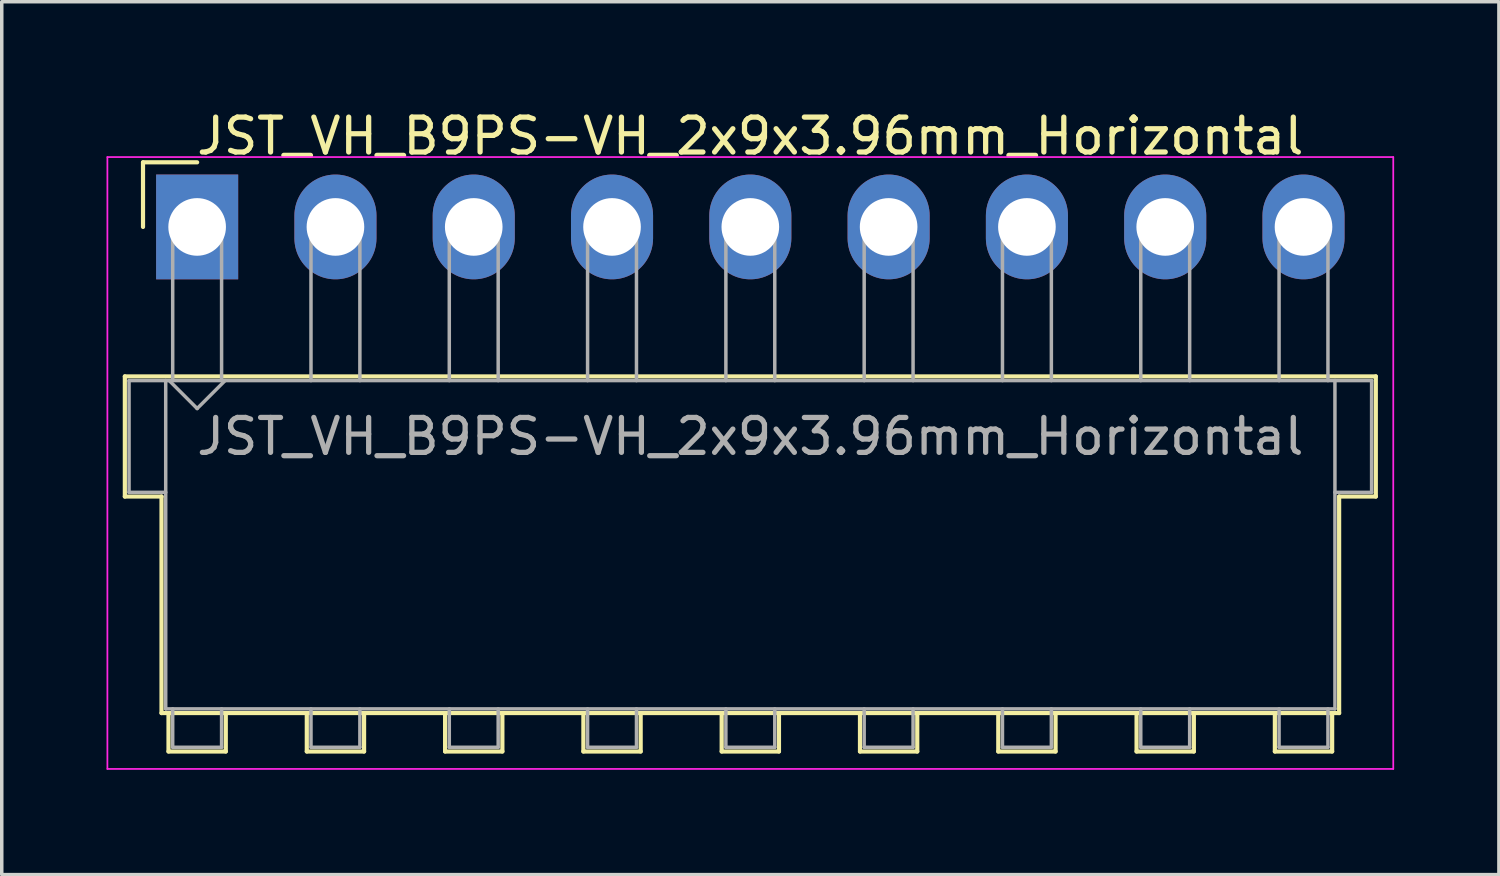
<source format=kicad_pcb>
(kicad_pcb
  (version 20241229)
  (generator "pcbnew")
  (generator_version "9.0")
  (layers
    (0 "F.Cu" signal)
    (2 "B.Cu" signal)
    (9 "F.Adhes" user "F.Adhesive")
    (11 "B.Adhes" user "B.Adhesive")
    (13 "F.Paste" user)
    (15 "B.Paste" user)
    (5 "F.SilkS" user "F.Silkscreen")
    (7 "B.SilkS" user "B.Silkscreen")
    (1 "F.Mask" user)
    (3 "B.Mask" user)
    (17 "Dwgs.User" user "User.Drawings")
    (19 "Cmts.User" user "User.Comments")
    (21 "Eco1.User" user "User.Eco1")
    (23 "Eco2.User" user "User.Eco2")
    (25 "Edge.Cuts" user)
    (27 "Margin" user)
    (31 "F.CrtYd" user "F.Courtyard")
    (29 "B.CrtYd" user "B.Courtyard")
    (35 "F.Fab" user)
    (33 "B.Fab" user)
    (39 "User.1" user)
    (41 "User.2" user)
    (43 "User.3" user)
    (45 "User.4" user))
  (footprint "JST_VH_B9PS-VH_2x9x3.96mm_Horizontal"
    (layer "F.Cu")
    (at 2.595 3.448)
    (property "Reference" "JST_VH_B9PS-VH_2x9x3.96mm_Horizontal" (at 15.84 -2.6 0) (layer "F.SilkS") (effects (font (size 1 1) (thickness 0.15))))
    (attr through_hole)
    (fp_line (start -2.07 4.28) (end 33.75 4.28) (stroke (width 0.12) (type solid)) (layer "F.SilkS"))
    (fp_line (start -2.07 7.72) (end -2.07 4.28) (stroke (width 0.12) (type solid)) (layer "F.SilkS"))
    (fp_line (start -1.55 -1.85) (end -1.55 0) (stroke (width 0.12) (type solid)) (layer "F.SilkS"))
    (fp_line (start -1.02 7.72) (end -2.07 7.72) (stroke (width 0.12) (type solid)) (layer "F.SilkS"))
    (fp_line (start -1.02 13.92) (end -1.02 7.72) (stroke (width 0.12) (type solid)) (layer "F.SilkS"))
    (fp_line (start -0.82 13.92) (end -0.82 15.02) (stroke (width 0.12) (type solid)) (layer "F.SilkS"))
    (fp_line (start -0.82 15.02) (end 0.82 15.02) (stroke (width 0.12) (type solid)) (layer "F.SilkS"))
    (fp_line (start 0 -1.85) (end -1.55 -1.85) (stroke (width 0.12) (type solid)) (layer "F.SilkS"))
    (fp_line (start 0.82 15.02) (end 0.82 13.92) (stroke (width 0.12) (type solid)) (layer "F.SilkS"))
    (fp_line (start 3.14 13.92) (end 3.14 15.02) (stroke (width 0.12) (type solid)) (layer "F.SilkS"))
    (fp_line (start 3.14 15.02) (end 4.78 15.02) (stroke (width 0.12) (type solid)) (layer "F.SilkS"))
    (fp_line (start 4.78 15.02) (end 4.78 13.92) (stroke (width 0.12) (type solid)) (layer "F.SilkS"))
    (fp_line (start 7.1 13.92) (end 7.1 15.02) (stroke (width 0.12) (type solid)) (layer "F.SilkS"))
    (fp_line (start 7.1 15.02) (end 8.74 15.02) (stroke (width 0.12) (type solid)) (layer "F.SilkS"))
    (fp_line (start 8.74 15.02) (end 8.74 13.92) (stroke (width 0.12) (type solid)) (layer "F.SilkS"))
    (fp_line (start 11.06 13.92) (end 11.06 15.02) (stroke (width 0.12) (type solid)) (layer "F.SilkS"))
    (fp_line (start 11.06 15.02) (end 12.7 15.02) (stroke (width 0.12) (type solid)) (layer "F.SilkS"))
    (fp_line (start 12.7 15.02) (end 12.7 13.92) (stroke (width 0.12) (type solid)) (layer "F.SilkS"))
    (fp_line (start 15.02 13.92) (end 15.02 15.02) (stroke (width 0.12) (type solid)) (layer "F.SilkS"))
    (fp_line (start 15.02 15.02) (end 16.66 15.02) (stroke (width 0.12) (type solid)) (layer "F.SilkS"))
    (fp_line (start 16.66 15.02) (end 16.66 13.92) (stroke (width 0.12) (type solid)) (layer "F.SilkS"))
    (fp_line (start 18.98 13.92) (end 18.98 15.02) (stroke (width 0.12) (type solid)) (layer "F.SilkS"))
    (fp_line (start 18.98 15.02) (end 20.62 15.02) (stroke (width 0.12) (type solid)) (layer "F.SilkS"))
    (fp_line (start 20.62 15.02) (end 20.62 13.92) (stroke (width 0.12) (type solid)) (layer "F.SilkS"))
    (fp_line (start 22.94 13.92) (end 22.94 15.02) (stroke (width 0.12) (type solid)) (layer "F.SilkS"))
    (fp_line (start 22.94 15.02) (end 24.58 15.02) (stroke (width 0.12) (type solid)) (layer "F.SilkS"))
    (fp_line (start 24.58 15.02) (end 24.58 13.92) (stroke (width 0.12) (type solid)) (layer "F.SilkS"))
    (fp_line (start 26.9 13.92) (end 26.9 15.02) (stroke (width 0.12) (type solid)) (layer "F.SilkS"))
    (fp_line (start 26.9 15.02) (end 28.54 15.02) (stroke (width 0.12) (type solid)) (layer "F.SilkS"))
    (fp_line (start 28.54 15.02) (end 28.54 13.92) (stroke (width 0.12) (type solid)) (layer "F.SilkS"))
    (fp_line (start 30.86 13.92) (end 30.86 15.02) (stroke (width 0.12) (type solid)) (layer "F.SilkS"))
    (fp_line (start 30.86 15.02) (end 32.5 15.02) (stroke (width 0.12) (type solid)) (layer "F.SilkS"))
    (fp_line (start 32.5 15.02) (end 32.5 13.92) (stroke (width 0.12) (type solid)) (layer "F.SilkS"))
    (fp_line (start 32.7 7.72) (end 32.7 13.92) (stroke (width 0.12) (type solid)) (layer "F.SilkS"))
    (fp_line (start 32.7 13.92) (end -1.02 13.92) (stroke (width 0.12) (type solid)) (layer "F.SilkS"))
    (fp_line (start 33.75 4.28) (end 33.75 7.72) (stroke (width 0.12) (type solid)) (layer "F.SilkS"))
    (fp_line (start 33.75 7.72) (end 32.7 7.72) (stroke (width 0.12) (type solid)) (layer "F.SilkS"))
    (fp_line (start -2.57 -2) (end -2.57 15.52) (stroke (width 0.05) (type solid)) (layer "F.CrtYd"))
    (fp_line (start -2.57 15.52) (end 34.25 15.52) (stroke (width 0.05) (type solid)) (layer "F.CrtYd"))
    (fp_line (start 34.25 -2) (end -2.57 -2) (stroke (width 0.05) (type solid)) (layer "F.CrtYd"))
    (fp_line (start 34.25 15.52) (end 34.25 -2) (stroke (width 0.05) (type solid)) (layer "F.CrtYd"))
    (fp_line (start -1.95 4.4) (end -0.9 4.4) (stroke (width 0.1) (type solid)) (layer "F.Fab"))
    (fp_line (start -1.95 7.6) (end -1.95 4.4) (stroke (width 0.1) (type solid)) (layer "F.Fab"))
    (fp_line (start -0.9 4.4) (end -0.9 13.8) (stroke (width 0.1) (type solid)) (layer "F.Fab"))
    (fp_line (start -0.9 7.6) (end -1.95 7.6) (stroke (width 0.1) (type solid)) (layer "F.Fab"))
    (fp_line (start -0.9 13.8) (end 32.58 13.8) (stroke (width 0.1) (type solid)) (layer "F.Fab"))
    (fp_line (start -0.8 4.4) (end 0 5.2) (stroke (width 0.1) (type solid)) (layer "F.Fab"))
    (fp_line (start -0.7 0) (end 0.7 0) (stroke (width 0.1) (type solid)) (layer "F.Fab"))
    (fp_line (start -0.7 4.4) (end -0.7 0) (stroke (width 0.1) (type solid)) (layer "F.Fab"))
    (fp_line (start -0.7 13.8) (end -0.7 14.9) (stroke (width 0.1) (type solid)) (layer "F.Fab"))
    (fp_line (start -0.7 14.9) (end 0.7 14.9) (stroke (width 0.1) (type solid)) (layer "F.Fab"))
    (fp_line (start 0 5.2) (end 0.8 4.4) (stroke (width 0.1) (type solid)) (layer "F.Fab"))
    (fp_line (start 0.7 0) (end 0.7 4.4) (stroke (width 0.1) (type solid)) (layer "F.Fab"))
    (fp_line (start 0.7 14.9) (end 0.7 13.8) (stroke (width 0.1) (type solid)) (layer "F.Fab"))
    (fp_line (start 3.26 0) (end 4.66 0) (stroke (width 0.1) (type solid)) (layer "F.Fab"))
    (fp_line (start 3.26 4.4) (end 3.26 0) (stroke (width 0.1) (type solid)) (layer "F.Fab"))
    (fp_line (start 3.26 13.8) (end 3.26 14.9) (stroke (width 0.1) (type solid)) (layer "F.Fab"))
    (fp_line (start 3.26 14.9) (end 4.66 14.9) (stroke (width 0.1) (type solid)) (layer "F.Fab"))
    (fp_line (start 4.66 0) (end 4.66 4.4) (stroke (width 0.1) (type solid)) (layer "F.Fab"))
    (fp_line (start 4.66 14.9) (end 4.66 13.8) (stroke (width 0.1) (type solid)) (layer "F.Fab"))
    (fp_line (start 7.22 0) (end 8.62 0) (stroke (width 0.1) (type solid)) (layer "F.Fab"))
    (fp_line (start 7.22 4.4) (end 7.22 0) (stroke (width 0.1) (type solid)) (layer "F.Fab"))
    (fp_line (start 7.22 13.8) (end 7.22 14.9) (stroke (width 0.1) (type solid)) (layer "F.Fab"))
    (fp_line (start 7.22 14.9) (end 8.62 14.9) (stroke (width 0.1) (type solid)) (layer "F.Fab"))
    (fp_line (start 8.62 0) (end 8.62 4.4) (stroke (width 0.1) (type solid)) (layer "F.Fab"))
    (fp_line (start 8.62 14.9) (end 8.62 13.8) (stroke (width 0.1) (type solid)) (layer "F.Fab"))
    (fp_line (start 11.18 0) (end 12.58 0) (stroke (width 0.1) (type solid)) (layer "F.Fab"))
    (fp_line (start 11.18 4.4) (end 11.18 0) (stroke (width 0.1) (type solid)) (layer "F.Fab"))
    (fp_line (start 11.18 13.8) (end 11.18 14.9) (stroke (width 0.1) (type solid)) (layer "F.Fab"))
    (fp_line (start 11.18 14.9) (end 12.58 14.9) (stroke (width 0.1) (type solid)) (layer "F.Fab"))
    (fp_line (start 12.58 0) (end 12.58 4.4) (stroke (width 0.1) (type solid)) (layer "F.Fab"))
    (fp_line (start 12.58 14.9) (end 12.58 13.8) (stroke (width 0.1) (type solid)) (layer "F.Fab"))
    (fp_line (start 15.14 0) (end 16.54 0) (stroke (width 0.1) (type solid)) (layer "F.Fab"))
    (fp_line (start 15.14 4.4) (end 15.14 0) (stroke (width 0.1) (type solid)) (layer "F.Fab"))
    (fp_line (start 15.14 13.8) (end 15.14 14.9) (stroke (width 0.1) (type solid)) (layer "F.Fab"))
    (fp_line (start 15.14 14.9) (end 16.54 14.9) (stroke (width 0.1) (type solid)) (layer "F.Fab"))
    (fp_line (start 16.54 0) (end 16.54 4.4) (stroke (width 0.1) (type solid)) (layer "F.Fab"))
    (fp_line (start 16.54 14.9) (end 16.54 13.8) (stroke (width 0.1) (type solid)) (layer "F.Fab"))
    (fp_line (start 19.1 0) (end 20.5 0) (stroke (width 0.1) (type solid)) (layer "F.Fab"))
    (fp_line (start 19.1 4.4) (end 19.1 0) (stroke (width 0.1) (type solid)) (layer "F.Fab"))
    (fp_line (start 19.1 13.8) (end 19.1 14.9) (stroke (width 0.1) (type solid)) (layer "F.Fab"))
    (fp_line (start 19.1 14.9) (end 20.5 14.9) (stroke (width 0.1) (type solid)) (layer "F.Fab"))
    (fp_line (start 20.5 0) (end 20.5 4.4) (stroke (width 0.1) (type solid)) (layer "F.Fab"))
    (fp_line (start 20.5 14.9) (end 20.5 13.8) (stroke (width 0.1) (type solid)) (layer "F.Fab"))
    (fp_line (start 23.06 0) (end 24.46 0) (stroke (width 0.1) (type solid)) (layer "F.Fab"))
    (fp_line (start 23.06 4.4) (end 23.06 0) (stroke (width 0.1) (type solid)) (layer "F.Fab"))
    (fp_line (start 23.06 13.8) (end 23.06 14.9) (stroke (width 0.1) (type solid)) (layer "F.Fab"))
    (fp_line (start 23.06 14.9) (end 24.46 14.9) (stroke (width 0.1) (type solid)) (layer "F.Fab"))
    (fp_line (start 24.46 0) (end 24.46 4.4) (stroke (width 0.1) (type solid)) (layer "F.Fab"))
    (fp_line (start 24.46 14.9) (end 24.46 13.8) (stroke (width 0.1) (type solid)) (layer "F.Fab"))
    (fp_line (start 27.02 0) (end 28.42 0) (stroke (width 0.1) (type solid)) (layer "F.Fab"))
    (fp_line (start 27.02 4.4) (end 27.02 0) (stroke (width 0.1) (type solid)) (layer "F.Fab"))
    (fp_line (start 27.02 13.8) (end 27.02 14.9) (stroke (width 0.1) (type solid)) (layer "F.Fab"))
    (fp_line (start 27.02 14.9) (end 28.42 14.9) (stroke (width 0.1) (type solid)) (layer "F.Fab"))
    (fp_line (start 28.42 0) (end 28.42 4.4) (stroke (width 0.1) (type solid)) (layer "F.Fab"))
    (fp_line (start 28.42 14.9) (end 28.42 13.8) (stroke (width 0.1) (type solid)) (layer "F.Fab"))
    (fp_line (start 30.98 0) (end 32.38 0) (stroke (width 0.1) (type solid)) (layer "F.Fab"))
    (fp_line (start 30.98 4.4) (end 30.98 0) (stroke (width 0.1) (type solid)) (layer "F.Fab"))
    (fp_line (start 30.98 13.8) (end 30.98 14.9) (stroke (width 0.1) (type solid)) (layer "F.Fab"))
    (fp_line (start 30.98 14.9) (end 32.38 14.9) (stroke (width 0.1) (type solid)) (layer "F.Fab"))
    (fp_line (start 32.38 0) (end 32.38 4.4) (stroke (width 0.1) (type solid)) (layer "F.Fab"))
    (fp_line (start 32.38 14.9) (end 32.38 13.8) (stroke (width 0.1) (type solid)) (layer "F.Fab"))
    (fp_line (start 32.58 4.4) (end -0.9 4.4) (stroke (width 0.1) (type solid)) (layer "F.Fab"))
    (fp_line (start 32.58 4.4) (end 33.63 4.4) (stroke (width 0.1) (type solid)) (layer "F.Fab"))
    (fp_line (start 32.58 13.8) (end 32.58 4.4) (stroke (width 0.1) (type solid)) (layer "F.Fab"))
    (fp_line (start 33.63 4.4) (end 33.63 7.6) (stroke (width 0.1) (type solid)) (layer "F.Fab"))
    (fp_line (start 33.63 7.6) (end 32.58 7.6) (stroke (width 0.1) (type solid)) (layer "F.Fab"))
    (fp_text user "${REFERENCE}" (at 15.84 6 0) (layer "F.Fab") (effects (font (size 1 1) (thickness 0.15))))
    (pad "1" thru_hole rect (at 0 0) (size 2.35 3) (drill 1.65) (layers "*.Cu" "*.Mask"))
    (pad "2" thru_hole oval (at 3.96 0) (size 2.35 3) (drill 1.65) (layers "*.Cu" "*.Mask"))
    (pad "3" thru_hole oval (at 7.92 0) (size 2.35 3) (drill 1.65) (layers "*.Cu" "*.Mask"))
    (pad "4" thru_hole oval (at 11.88 0) (size 2.35 3) (drill 1.65) (layers "*.Cu" "*.Mask"))
    (pad "5" thru_hole oval (at 15.84 0) (size 2.35 3) (drill 1.65) (layers "*.Cu" "*.Mask"))
    (pad "6" thru_hole oval (at 19.8 0) (size 2.35 3) (drill 1.65) (layers "*.Cu" "*.Mask"))
    (pad "7" thru_hole oval (at 23.76 0) (size 2.35 3) (drill 1.65) (layers "*.Cu" "*.Mask"))
    (pad "8" thru_hole oval (at 27.72 0) (size 2.35 3) (drill 1.65) (layers "*.Cu" "*.Mask"))
    (pad "9" thru_hole oval (at 31.68 0) (size 2.35 3) (drill 1.65) (layers "*.Cu" "*.Mask")))
  (gr_rect
    (start -3 -3)
    (end 39.87 21.993)
    (stroke (width 0.1) (type default))
    (fill no)
    (layer "Edge.Cuts")))
</source>
